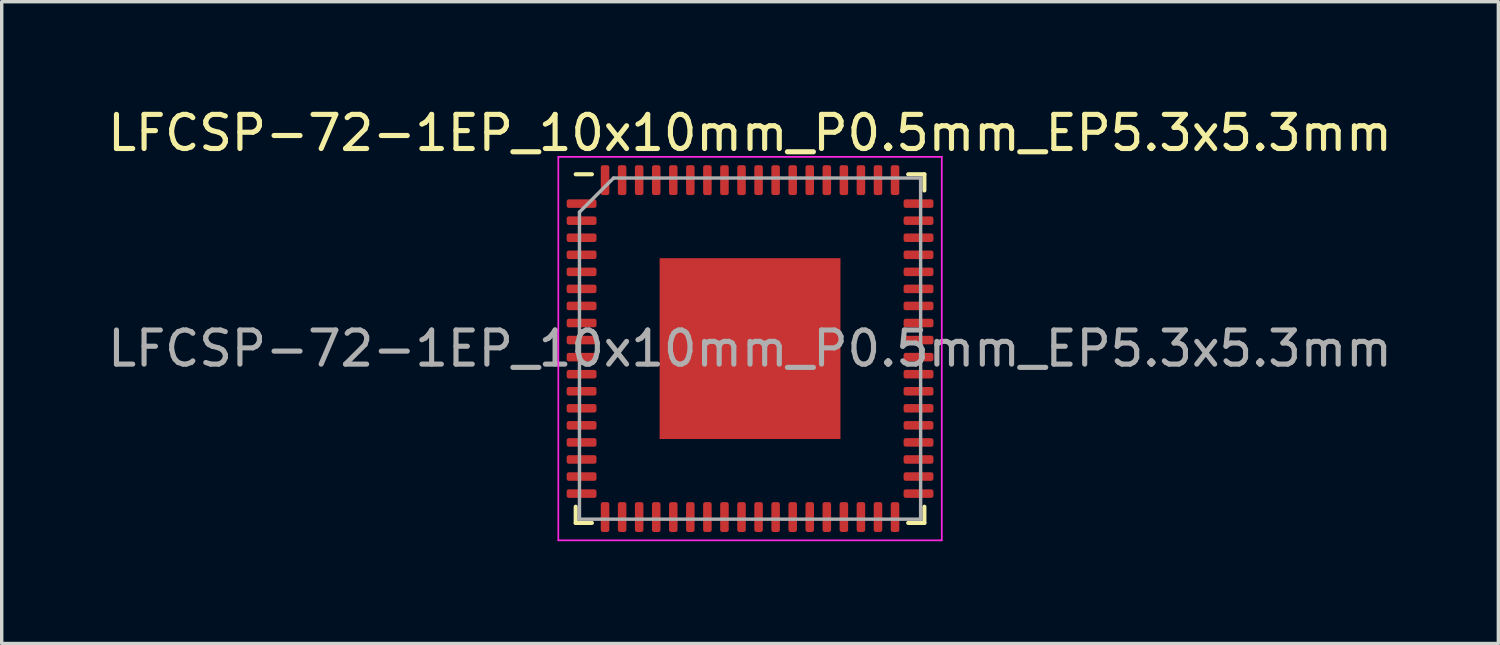
<source format=kicad_pcb>
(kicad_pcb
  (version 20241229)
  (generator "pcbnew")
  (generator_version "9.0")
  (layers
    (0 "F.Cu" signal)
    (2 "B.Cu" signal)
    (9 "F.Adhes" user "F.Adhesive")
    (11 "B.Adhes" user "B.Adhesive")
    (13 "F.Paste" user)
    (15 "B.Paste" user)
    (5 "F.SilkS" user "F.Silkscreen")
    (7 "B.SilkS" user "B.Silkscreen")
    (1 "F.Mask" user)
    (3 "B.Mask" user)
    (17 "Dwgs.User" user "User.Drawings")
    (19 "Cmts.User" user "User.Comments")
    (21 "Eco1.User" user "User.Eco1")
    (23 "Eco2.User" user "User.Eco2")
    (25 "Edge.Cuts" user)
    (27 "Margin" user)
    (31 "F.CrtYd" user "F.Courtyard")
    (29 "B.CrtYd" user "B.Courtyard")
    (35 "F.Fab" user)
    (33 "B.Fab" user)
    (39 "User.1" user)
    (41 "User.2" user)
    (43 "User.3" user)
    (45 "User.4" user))
  (footprint "LFCSP-72-1EP_10x10mm_P0.5mm_EP5.3x5.3mm"
    (layer "F.Cu")
    (at 18.935 7.168)
    (property "Reference" "LFCSP-72-1EP_10x10mm_P0.5mm_EP5.3x5.3mm" (at 0 -6.32 0) (layer "F.SilkS") (effects (font (size 1 1) (thickness 0.15))))
    (attr smd)
    (fp_line (start -5.11 5.11) (end -5.11 4.635) (stroke (width 0.12) (type solid)) (layer "F.SilkS"))
    (fp_line (start -4.635 -5.11) (end -5.11 -5.11) (stroke (width 0.12) (type solid)) (layer "F.SilkS"))
    (fp_line (start -4.635 5.11) (end -5.11 5.11) (stroke (width 0.12) (type solid)) (layer "F.SilkS"))
    (fp_line (start 4.635 -5.11) (end 5.11 -5.11) (stroke (width 0.12) (type solid)) (layer "F.SilkS"))
    (fp_line (start 4.635 5.11) (end 5.11 5.11) (stroke (width 0.12) (type solid)) (layer "F.SilkS"))
    (fp_line (start 5.11 -5.11) (end 5.11 -4.635) (stroke (width 0.12) (type solid)) (layer "F.SilkS"))
    (fp_line (start 5.11 5.11) (end 5.11 4.635) (stroke (width 0.12) (type solid)) (layer "F.SilkS"))
    (fp_line (start -5.62 -5.62) (end -5.62 5.62) (stroke (width 0.05) (type solid)) (layer "F.CrtYd"))
    (fp_line (start -5.62 5.62) (end 5.62 5.62) (stroke (width 0.05) (type solid)) (layer "F.CrtYd"))
    (fp_line (start 5.62 -5.62) (end -5.62 -5.62) (stroke (width 0.05) (type solid)) (layer "F.CrtYd"))
    (fp_line (start 5.62 5.62) (end 5.62 -5.62) (stroke (width 0.05) (type solid)) (layer "F.CrtYd"))
    (fp_line (start -5 -4) (end -4 -5) (stroke (width 0.1) (type solid)) (layer "F.Fab"))
    (fp_line (start -5 5) (end -5 -4) (stroke (width 0.1) (type solid)) (layer "F.Fab"))
    (fp_line (start -4 -5) (end 5 -5) (stroke (width 0.1) (type solid)) (layer "F.Fab"))
    (fp_line (start 5 -5) (end 5 5) (stroke (width 0.1) (type solid)) (layer "F.Fab"))
    (fp_line (start 5 5) (end -5 5) (stroke (width 0.1) (type solid)) (layer "F.Fab"))
    (fp_text user "${REFERENCE}" (at 0 0 0) (layer "F.Fab") (effects (font (size 1 1) (thickness 0.15))))
    (pad "" smd roundrect (at -1.77 -1.77) (size 1.42 1.42) (layers "F.Paste") (roundrect_rratio 0.176))
    (pad "" smd roundrect (at -1.77 0) (size 1.42 1.42) (layers "F.Paste") (roundrect_rratio 0.176))
    (pad "" smd roundrect (at -1.77 1.77) (size 1.42 1.42) (layers "F.Paste") (roundrect_rratio 0.176))
    (pad "" smd roundrect (at 0 -1.77) (size 1.42 1.42) (layers "F.Paste") (roundrect_rratio 0.176))
    (pad "" smd roundrect (at 0 0) (size 1.42 1.42) (layers "F.Paste") (roundrect_rratio 0.176))
    (pad "" smd roundrect (at 0 1.77) (size 1.42 1.42) (layers "F.Paste") (roundrect_rratio 0.176))
    (pad "" smd roundrect (at 1.77 -1.77) (size 1.42 1.42) (layers "F.Paste") (roundrect_rratio 0.176))
    (pad "" smd roundrect (at 1.77 0) (size 1.42 1.42) (layers "F.Paste") (roundrect_rratio 0.176))
    (pad "" smd roundrect (at 1.77 1.77) (size 1.42 1.42) (layers "F.Paste") (roundrect_rratio 0.176))
    (pad "1" smd roundrect (at -4.938 -4.25) (size 0.875 0.25) (layers "F.Cu" "F.Mask" "F.Paste") (roundrect_rratio 0.25))
    (pad "2" smd roundrect (at -4.938 -3.75) (size 0.875 0.25) (layers "F.Cu" "F.Mask" "F.Paste") (roundrect_rratio 0.25))
    (pad "3" smd roundrect (at -4.938 -3.25) (size 0.875 0.25) (layers "F.Cu" "F.Mask" "F.Paste") (roundrect_rratio 0.25))
    (pad "4" smd roundrect (at -4.938 -2.75) (size 0.875 0.25) (layers "F.Cu" "F.Mask" "F.Paste") (roundrect_rratio 0.25))
    (pad "5" smd roundrect (at -4.938 -2.25) (size 0.875 0.25) (layers "F.Cu" "F.Mask" "F.Paste") (roundrect_rratio 0.25))
    (pad "6" smd roundrect (at -4.938 -1.75) (size 0.875 0.25) (layers "F.Cu" "F.Mask" "F.Paste") (roundrect_rratio 0.25))
    (pad "7" smd roundrect (at -4.938 -1.25) (size 0.875 0.25) (layers "F.Cu" "F.Mask" "F.Paste") (roundrect_rratio 0.25))
    (pad "8" smd roundrect (at -4.938 -0.75) (size 0.875 0.25) (layers "F.Cu" "F.Mask" "F.Paste") (roundrect_rratio 0.25))
    (pad "9" smd roundrect (at -4.938 -0.25) (size 0.875 0.25) (layers "F.Cu" "F.Mask" "F.Paste") (roundrect_rratio 0.25))
    (pad "10" smd roundrect (at -4.938 0.25) (size 0.875 0.25) (layers "F.Cu" "F.Mask" "F.Paste") (roundrect_rratio 0.25))
    (pad "11" smd roundrect (at -4.938 0.75) (size 0.875 0.25) (layers "F.Cu" "F.Mask" "F.Paste") (roundrect_rratio 0.25))
    (pad "12" smd roundrect (at -4.938 1.25) (size 0.875 0.25) (layers "F.Cu" "F.Mask" "F.Paste") (roundrect_rratio 0.25))
    (pad "13" smd roundrect (at -4.938 1.75) (size 0.875 0.25) (layers "F.Cu" "F.Mask" "F.Paste") (roundrect_rratio 0.25))
    (pad "14" smd roundrect (at -4.938 2.25) (size 0.875 0.25) (layers "F.Cu" "F.Mask" "F.Paste") (roundrect_rratio 0.25))
    (pad "15" smd roundrect (at -4.938 2.75) (size 0.875 0.25) (layers "F.Cu" "F.Mask" "F.Paste") (roundrect_rratio 0.25))
    (pad "16" smd roundrect (at -4.938 3.25) (size 0.875 0.25) (layers "F.Cu" "F.Mask" "F.Paste") (roundrect_rratio 0.25))
    (pad "17" smd roundrect (at -4.938 3.75) (size 0.875 0.25) (layers "F.Cu" "F.Mask" "F.Paste") (roundrect_rratio 0.25))
    (pad "18" smd roundrect (at -4.938 4.25) (size 0.875 0.25) (layers "F.Cu" "F.Mask" "F.Paste") (roundrect_rratio 0.25))
    (pad "19" smd roundrect (at -4.25 4.938) (size 0.25 0.875) (layers "F.Cu" "F.Mask" "F.Paste") (roundrect_rratio 0.25))
    (pad "20" smd roundrect (at -3.75 4.938) (size 0.25 0.875) (layers "F.Cu" "F.Mask" "F.Paste") (roundrect_rratio 0.25))
    (pad "21" smd roundrect (at -3.25 4.938) (size 0.25 0.875) (layers "F.Cu" "F.Mask" "F.Paste") (roundrect_rratio 0.25))
    (pad "22" smd roundrect (at -2.75 4.938) (size 0.25 0.875) (layers "F.Cu" "F.Mask" "F.Paste") (roundrect_rratio 0.25))
    (pad "23" smd roundrect (at -2.25 4.938) (size 0.25 0.875) (layers "F.Cu" "F.Mask" "F.Paste") (roundrect_rratio 0.25))
    (pad "24" smd roundrect (at -1.75 4.938) (size 0.25 0.875) (layers "F.Cu" "F.Mask" "F.Paste") (roundrect_rratio 0.25))
    (pad "25" smd roundrect (at -1.25 4.938) (size 0.25 0.875) (layers "F.Cu" "F.Mask" "F.Paste") (roundrect_rratio 0.25))
    (pad "26" smd roundrect (at -0.75 4.938) (size 0.25 0.875) (layers "F.Cu" "F.Mask" "F.Paste") (roundrect_rratio 0.25))
    (pad "27" smd roundrect (at -0.25 4.938) (size 0.25 0.875) (layers "F.Cu" "F.Mask" "F.Paste") (roundrect_rratio 0.25))
    (pad "28" smd roundrect (at 0.25 4.938) (size 0.25 0.875) (layers "F.Cu" "F.Mask" "F.Paste") (roundrect_rratio 0.25))
    (pad "29" smd roundrect (at 0.75 4.938) (size 0.25 0.875) (layers "F.Cu" "F.Mask" "F.Paste") (roundrect_rratio 0.25))
    (pad "30" smd roundrect (at 1.25 4.938) (size 0.25 0.875) (layers "F.Cu" "F.Mask" "F.Paste") (roundrect_rratio 0.25))
    (pad "31" smd roundrect (at 1.75 4.938) (size 0.25 0.875) (layers "F.Cu" "F.Mask" "F.Paste") (roundrect_rratio 0.25))
    (pad "32" smd roundrect (at 2.25 4.938) (size 0.25 0.875) (layers "F.Cu" "F.Mask" "F.Paste") (roundrect_rratio 0.25))
    (pad "33" smd roundrect (at 2.75 4.938) (size 0.25 0.875) (layers "F.Cu" "F.Mask" "F.Paste") (roundrect_rratio 0.25))
    (pad "34" smd roundrect (at 3.25 4.938) (size 0.25 0.875) (layers "F.Cu" "F.Mask" "F.Paste") (roundrect_rratio 0.25))
    (pad "35" smd roundrect (at 3.75 4.938) (size 0.25 0.875) (layers "F.Cu" "F.Mask" "F.Paste") (roundrect_rratio 0.25))
    (pad "36" smd roundrect (at 4.25 4.938) (size 0.25 0.875) (layers "F.Cu" "F.Mask" "F.Paste") (roundrect_rratio 0.25))
    (pad "37" smd roundrect (at 4.938 4.25) (size 0.875 0.25) (layers "F.Cu" "F.Mask" "F.Paste") (roundrect_rratio 0.25))
    (pad "38" smd roundrect (at 4.938 3.75) (size 0.875 0.25) (layers "F.Cu" "F.Mask" "F.Paste") (roundrect_rratio 0.25))
    (pad "39" smd roundrect (at 4.938 3.25) (size 0.875 0.25) (layers "F.Cu" "F.Mask" "F.Paste") (roundrect_rratio 0.25))
    (pad "40" smd roundrect (at 4.938 2.75) (size 0.875 0.25) (layers "F.Cu" "F.Mask" "F.Paste") (roundrect_rratio 0.25))
    (pad "41" smd roundrect (at 4.938 2.25) (size 0.875 0.25) (layers "F.Cu" "F.Mask" "F.Paste") (roundrect_rratio 0.25))
    (pad "42" smd roundrect (at 4.938 1.75) (size 0.875 0.25) (layers "F.Cu" "F.Mask" "F.Paste") (roundrect_rratio 0.25))
    (pad "43" smd roundrect (at 4.938 1.25) (size 0.875 0.25) (layers "F.Cu" "F.Mask" "F.Paste") (roundrect_rratio 0.25))
    (pad "44" smd roundrect (at 4.938 0.75) (size 0.875 0.25) (layers "F.Cu" "F.Mask" "F.Paste") (roundrect_rratio 0.25))
    (pad "45" smd roundrect (at 4.938 0.25) (size 0.875 0.25) (layers "F.Cu" "F.Mask" "F.Paste") (roundrect_rratio 0.25))
    (pad "46" smd roundrect (at 4.938 -0.25) (size 0.875 0.25) (layers "F.Cu" "F.Mask" "F.Paste") (roundrect_rratio 0.25))
    (pad "47" smd roundrect (at 4.938 -0.75) (size 0.875 0.25) (layers "F.Cu" "F.Mask" "F.Paste") (roundrect_rratio 0.25))
    (pad "48" smd roundrect (at 4.938 -1.25) (size 0.875 0.25) (layers "F.Cu" "F.Mask" "F.Paste") (roundrect_rratio 0.25))
    (pad "49" smd roundrect (at 4.938 -1.75) (size 0.875 0.25) (layers "F.Cu" "F.Mask" "F.Paste") (roundrect_rratio 0.25))
    (pad "50" smd roundrect (at 4.938 -2.25) (size 0.875 0.25) (layers "F.Cu" "F.Mask" "F.Paste") (roundrect_rratio 0.25))
    (pad "51" smd roundrect (at 4.938 -2.75) (size 0.875 0.25) (layers "F.Cu" "F.Mask" "F.Paste") (roundrect_rratio 0.25))
    (pad "52" smd roundrect (at 4.938 -3.25) (size 0.875 0.25) (layers "F.Cu" "F.Mask" "F.Paste") (roundrect_rratio 0.25))
    (pad "53" smd roundrect (at 4.938 -3.75) (size 0.875 0.25) (layers "F.Cu" "F.Mask" "F.Paste") (roundrect_rratio 0.25))
    (pad "54" smd roundrect (at 4.938 -4.25) (size 0.875 0.25) (layers "F.Cu" "F.Mask" "F.Paste") (roundrect_rratio 0.25))
    (pad "55" smd roundrect (at 4.25 -4.938) (size 0.25 0.875) (layers "F.Cu" "F.Mask" "F.Paste") (roundrect_rratio 0.25))
    (pad "56" smd roundrect (at 3.75 -4.938) (size 0.25 0.875) (layers "F.Cu" "F.Mask" "F.Paste") (roundrect_rratio 0.25))
    (pad "57" smd roundrect (at 3.25 -4.938) (size 0.25 0.875) (layers "F.Cu" "F.Mask" "F.Paste") (roundrect_rratio 0.25))
    (pad "58" smd roundrect (at 2.75 -4.938) (size 0.25 0.875) (layers "F.Cu" "F.Mask" "F.Paste") (roundrect_rratio 0.25))
    (pad "59" smd roundrect (at 2.25 -4.938) (size 0.25 0.875) (layers "F.Cu" "F.Mask" "F.Paste") (roundrect_rratio 0.25))
    (pad "60" smd roundrect (at 1.75 -4.938) (size 0.25 0.875) (layers "F.Cu" "F.Mask" "F.Paste") (roundrect_rratio 0.25))
    (pad "61" smd roundrect (at 1.25 -4.938) (size 0.25 0.875) (layers "F.Cu" "F.Mask" "F.Paste") (roundrect_rratio 0.25))
    (pad "62" smd roundrect (at 0.75 -4.938) (size 0.25 0.875) (layers "F.Cu" "F.Mask" "F.Paste") (roundrect_rratio 0.25))
    (pad "63" smd roundrect (at 0.25 -4.938) (size 0.25 0.875) (layers "F.Cu" "F.Mask" "F.Paste") (roundrect_rratio 0.25))
    (pad "64" smd roundrect (at -0.25 -4.938) (size 0.25 0.875) (layers "F.Cu" "F.Mask" "F.Paste") (roundrect_rratio 0.25))
    (pad "65" smd roundrect (at -0.75 -4.938) (size 0.25 0.875) (layers "F.Cu" "F.Mask" "F.Paste") (roundrect_rratio 0.25))
    (pad "66" smd roundrect (at -1.25 -4.938) (size 0.25 0.875) (layers "F.Cu" "F.Mask" "F.Paste") (roundrect_rratio 0.25))
    (pad "67" smd roundrect (at -1.75 -4.938) (size 0.25 0.875) (layers "F.Cu" "F.Mask" "F.Paste") (roundrect_rratio 0.25))
    (pad "68" smd roundrect (at -2.25 -4.938) (size 0.25 0.875) (layers "F.Cu" "F.Mask" "F.Paste") (roundrect_rratio 0.25))
    (pad "69" smd roundrect (at -2.75 -4.938) (size 0.25 0.875) (layers "F.Cu" "F.Mask" "F.Paste") (roundrect_rratio 0.25))
    (pad "70" smd roundrect (at -3.25 -4.938) (size 0.25 0.875) (layers "F.Cu" "F.Mask" "F.Paste") (roundrect_rratio 0.25))
    (pad "71" smd roundrect (at -3.75 -4.938) (size 0.25 0.875) (layers "F.Cu" "F.Mask" "F.Paste") (roundrect_rratio 0.25))
    (pad "72" smd roundrect (at -4.25 -4.938) (size 0.25 0.875) (layers "F.Cu" "F.Mask" "F.Paste") (roundrect_rratio 0.25))
    (pad "73" smd rect (at 0 0) (size 5.3 5.3) (layers "F.Cu" "F.Mask")))
  (gr_rect
    (start -3 -3)
    (end 40.869 15.813)
    (stroke (width 0.1) (type default))
    (fill no)
    (layer "Edge.Cuts")))
</source>
